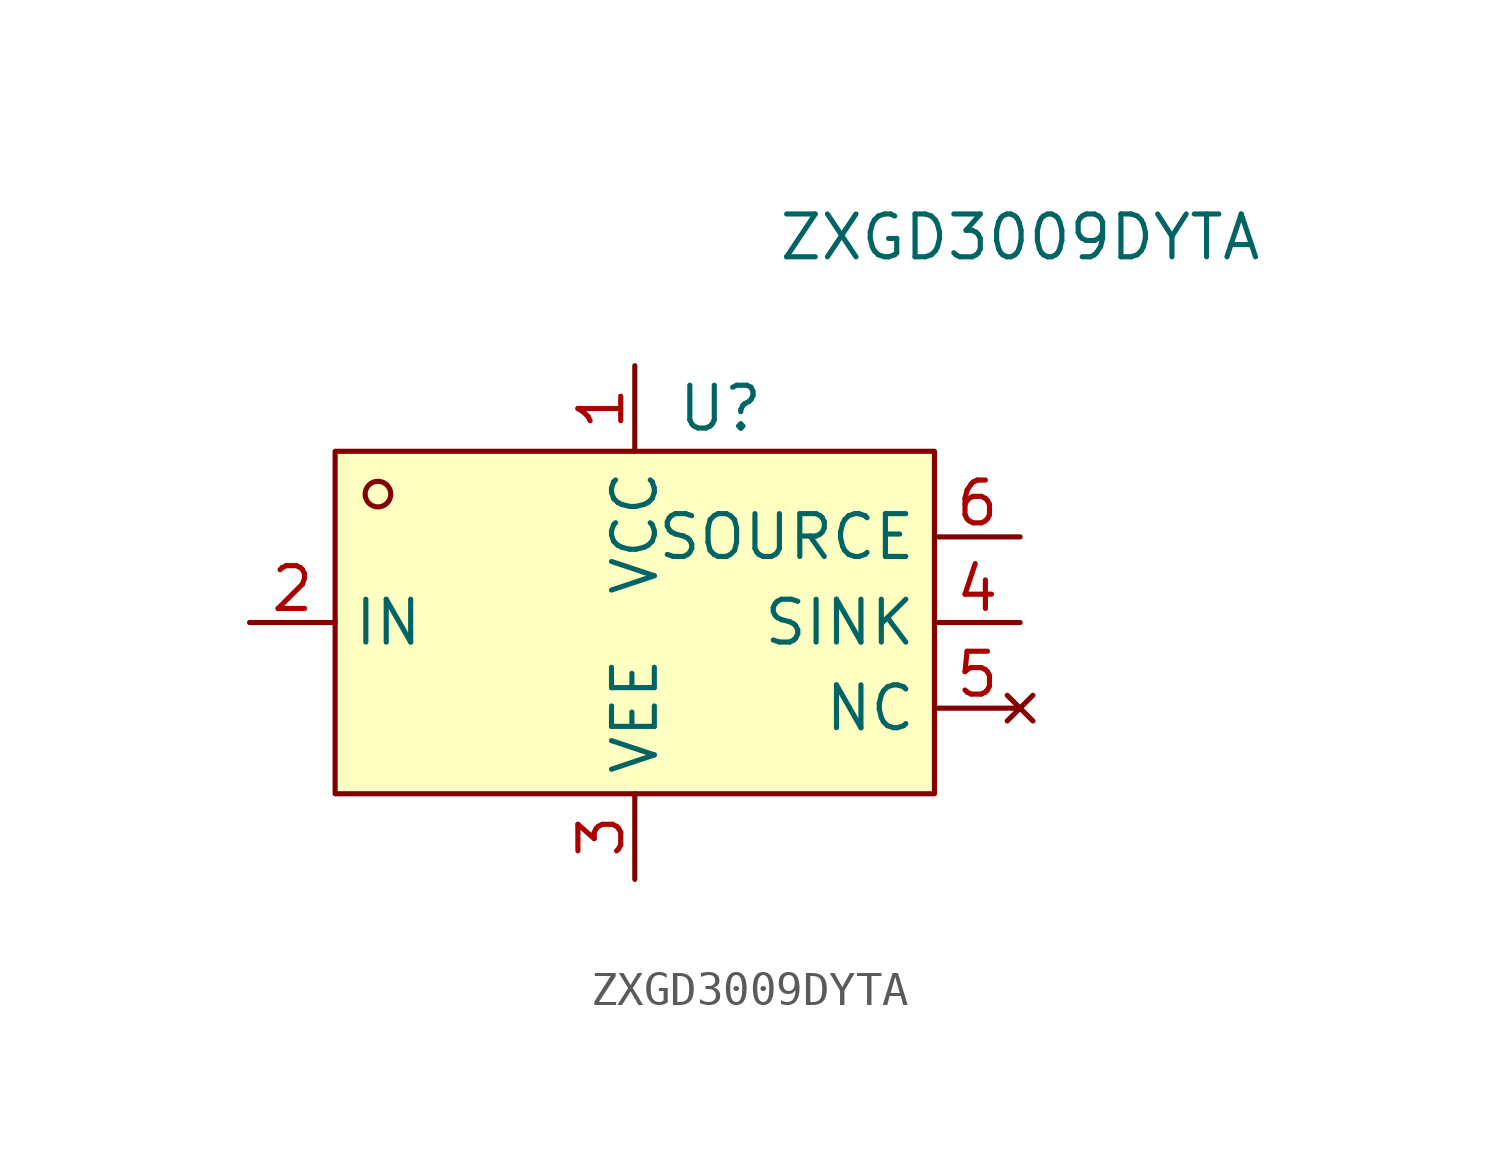
<source format=kicad_sym>
(kicad_symbol_lib
  (version 20220914)
  (generator kicad_symbol_editor)
  (symbol "ZXGD3009DYTA"
    (property "Reference" "U"
      (at 2.54 6.35 0)
      (effects (font (size 1.27 1.27))))
    (property "Value" "ZXGD3009DYTA"
      (at 11.43 11.43 0)
      (effects (font (size 1.27 1.27))))
    (symbol "ZXGD3009DYTA_0_1"
      (rectangle (start -8.89 5.08) (end 8.89 -5.08) (stroke (width 0) (type default)) (fill (type background)))
      (circle (center -7.62 3.81) (radius 0.38) (stroke (width 0) (type default)) (fill (type none)))
      (pin unspecified line (at 0 7.62 270) (length 2.54) (name "VCC" (effects (font (size 1.27 1.27)))) (number "1" (effects (font (size 1.27 1.27)))))
      (pin unspecified line (at -11.43 0 0) (length 2.54) (name "IN" (effects (font (size 1.27 1.27)))) (number "2" (effects (font (size 1.27 1.27)))))
      (pin unspecified line (at 0 -7.62 90) (length 2.54) (name "VEE" (effects (font (size 1.27 1.27)))) (number "3" (effects (font (size 1.27 1.27)))))
      (pin unspecified line (at 11.43 0 180) (length 2.54) (name "SINK" (effects (font (size 1.27 1.27)))) (number "4" (effects (font (size 1.27 1.27)))))
      (pin unspecified line (at 11.43 2.54 180) (length 2.54) (name "SOURCE" (effects (font (size 1.27 1.27)))) (number "6" (effects (font (size 1.27 1.27))))))
    (symbol "ZXGD3009DYTA_1_1"
      (pin no_connect line (at 11.43 -2.54 180) (length 2.54) (name "NC" (effects (font (size 1.27 1.27)))) (number "5" (effects (font (size 1.27 1.27))))))))
</source>
